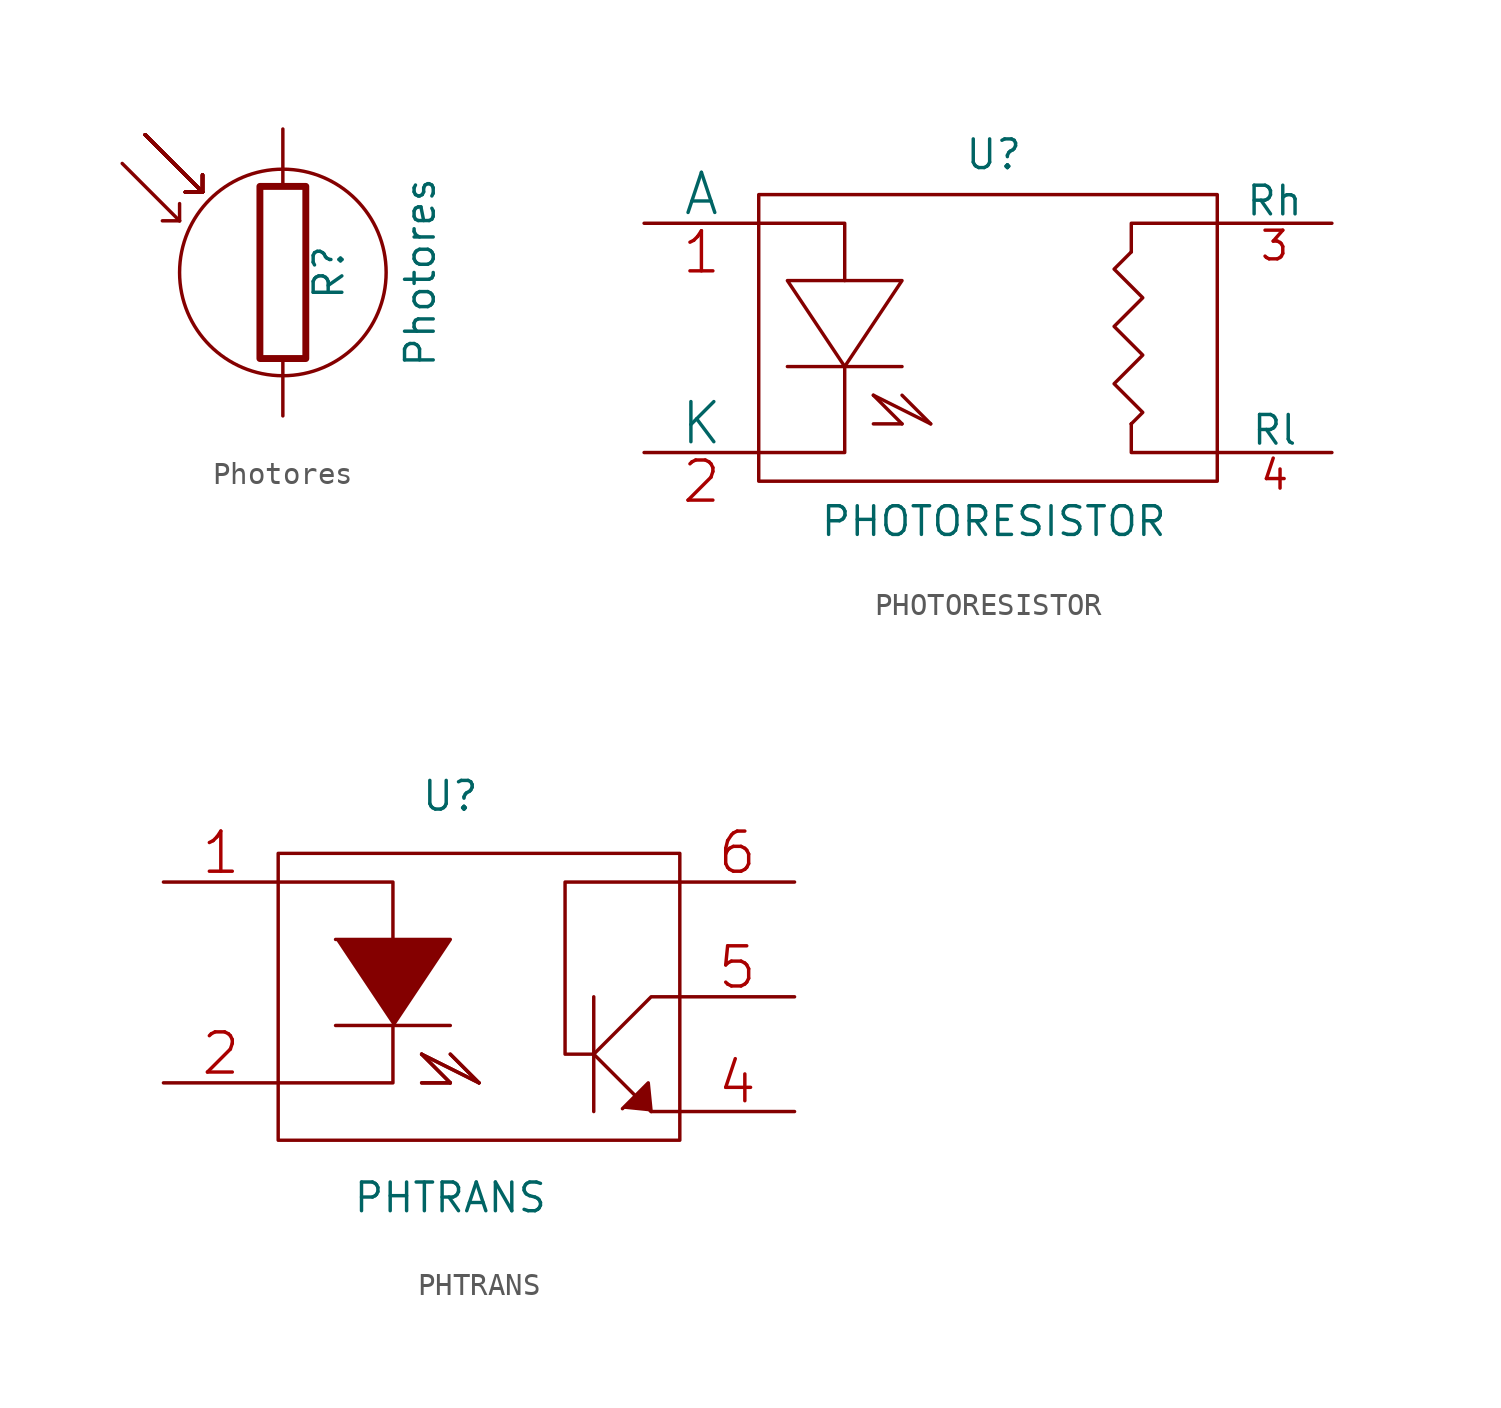
<source format=kicad_sym>
(kicad_symbol_lib
  (version 20211014)
  (generator kicad_symbol_editor)
  (symbol "Photores"
    (pin_numbers hide)
    (pin_names
      (offset 0))
    (property "Reference" "R"
      (at 2.032 0 90)
      (effects (font (size 1.27 1.27))))
    (property "Value" "Photores"
      (at 5.334 0 90)
      (effects (font (size 1.27 1.27)) (justify top)))
    (property "Footprint" ""
      (at -1.778 0 90)
      (effects (font (size 0.762 0.762))))
    (property "Datasheet" ""
      (at 0 0 0)
      (effects (font (size 0.762 0.762))))
    (symbol "Photores_0_1"
      (rectangle (start -1.016 3.81) (end 1.016 -3.81) (stroke (width 0.305) (type default) (color 0 0 0 0)) (fill (type none)))
      (polyline (pts (xy -4.572 2.286) (xy -7.112 4.826)) (stroke (width 0) (type default) (color 0 0 0 0)) (fill (type none)))
      (polyline (pts (xy -4.572 2.286) (xy -5.334 2.286)) (stroke (width 0) (type default) (color 0 0 0 0)) (fill (type none)))
      (polyline (pts (xy -4.572 2.286) (xy -4.572 3.048)) (stroke (width 0) (type default) (color 0 0 0 0)) (fill (type none)))
      (polyline (pts (xy -3.556 3.556) (xy -6.096 6.096)) (stroke (width 0) (type default) (color 0 0 0 0)) (fill (type none)))
      (polyline (pts (xy -3.556 3.556) (xy -6.096 6.096)) (stroke (width 0) (type default) (color 0 0 0 0)) (fill (type none)))
      (polyline (pts (xy -3.556 3.556) (xy -6.096 6.096)) (stroke (width 0) (type default) (color 0 0 0 0)) (fill (type none)))
      (polyline (pts (xy -3.556 3.556) (xy -6.096 6.096)) (stroke (width 0) (type default) (color 0 0 0 0)) (fill (type none)))
      (polyline (pts (xy -3.556 3.556) (xy -6.096 6.096)) (stroke (width 0) (type default) (color 0 0 0 0)) (fill (type none)))
      (polyline (pts (xy -3.556 3.556) (xy -6.096 6.096)) (stroke (width 0) (type default) (color 0 0 0 0)) (fill (type none)))
      (polyline (pts (xy -3.556 3.556) (xy -6.096 6.096)) (stroke (width 0) (type default) (color 0 0 0 0)) (fill (type none)))
      (polyline (pts (xy -3.556 3.556) (xy -6.096 6.096)) (stroke (width 0) (type default) (color 0 0 0 0)) (fill (type none)))
      (polyline (pts (xy -3.556 3.556) (xy -4.318 3.556)) (stroke (width 0) (type default) (color 0 0 0 0)) (fill (type none)))
      (polyline (pts (xy -3.556 3.556) (xy -4.318 3.556)) (stroke (width 0) (type default) (color 0 0 0 0)) (fill (type none)))
      (polyline (pts (xy -3.556 3.556) (xy -4.318 3.556)) (stroke (width 0) (type default) (color 0 0 0 0)) (fill (type none)))
      (polyline (pts (xy -3.556 3.556) (xy -4.318 3.556)) (stroke (width 0) (type default) (color 0 0 0 0)) (fill (type none)))
      (polyline (pts (xy -3.556 3.556) (xy -4.318 3.556)) (stroke (width 0) (type default) (color 0 0 0 0)) (fill (type none)))
      (polyline (pts (xy -3.556 3.556) (xy -4.318 3.556)) (stroke (width 0) (type default) (color 0 0 0 0)) (fill (type none)))
      (polyline (pts (xy -3.556 3.556) (xy -4.318 3.556)) (stroke (width 0) (type default) (color 0 0 0 0)) (fill (type none)))
      (polyline (pts (xy -3.556 3.556) (xy -4.318 3.556)) (stroke (width 0) (type default) (color 0 0 0 0)) (fill (type none)))
      (polyline (pts (xy -3.556 3.556) (xy -3.556 4.318)) (stroke (width 0) (type default) (color 0 0 0 0)) (fill (type none)))
      (polyline (pts (xy -3.556 3.556) (xy -3.556 4.318)) (stroke (width 0) (type default) (color 0 0 0 0)) (fill (type none)))
      (polyline (pts (xy -3.556 3.556) (xy -3.556 4.318)) (stroke (width 0) (type default) (color 0 0 0 0)) (fill (type none)))
      (polyline (pts (xy -3.556 3.556) (xy -3.556 4.318)) (stroke (width 0) (type default) (color 0 0 0 0)) (fill (type none)))
      (polyline (pts (xy -3.556 3.556) (xy -3.556 4.318)) (stroke (width 0) (type default) (color 0 0 0 0)) (fill (type none)))
      (polyline (pts (xy -3.556 3.556) (xy -3.556 4.318)) (stroke (width 0) (type default) (color 0 0 0 0)) (fill (type none)))
      (polyline (pts (xy -3.556 3.556) (xy -3.556 4.318)) (stroke (width 0) (type default) (color 0 0 0 0)) (fill (type none)))
      (polyline (pts (xy -3.556 3.556) (xy -3.556 4.318)) (stroke (width 0) (type default) (color 0 0 0 0)) (fill (type none)))
      (circle (center 0 0) (radius 4.572) (stroke (width 0) (type default) (color 0 0 0 0)) (fill (type none))))
    (symbol "Photores_1_1"
      (pin passive line (at 0 6.35 270) (length 2.54) (name "~" (effects (font (size 1.524 1.524)))) (number "1" (effects (font (size 1.524 1.524)))))
      (pin passive line (at 0 -6.35 90) (length 2.54) (name "~" (effects (font (size 1.524 1.524)))) (number "2" (effects (font (size 1.524 1.524)))))))
  (symbol "PHOTORESISTOR"
    (pin_names
      (offset 0))
    (property "Reference" "U"
      (at 0.254 8.128 0)
      (effects (font (size 1.27 1.27))))
    (property "Value" "PHOTORESISTOR"
      (at 0.254 -8.128 0)
      (effects (font (size 1.27 1.27))))
    (property "Footprint" ""
      (at 0 0 0)
      (effects (font (size 1.524 1.524))))
    (property "Datasheet" ""
      (at 0 0 0)
      (effects (font (size 1.524 1.524))))
    (symbol "PHOTORESISTOR_0_0"
      (polyline (pts (xy -8.89 -1.27) (xy -3.81 -1.27)) (stroke (width 0) (type default) (color 0 0 0 0)) (fill (type none)))
      (polyline (pts (xy -5.08 -2.54) (xy -3.81 -3.81)) (stroke (width 0) (type default) (color 0 0 0 0)) (fill (type none)))
      (polyline (pts (xy -5.08 -2.54) (xy -2.54 -3.81)) (stroke (width 0) (type default) (color 0 0 0 0)) (fill (type none)))
      (polyline (pts (xy -3.81 -3.81) (xy -3.81 -3.81) (xy -5.08 -3.81)) (stroke (width 0) (type default) (color 0 0 0 0)) (fill (type none)))
      (polyline (pts (xy -3.81 -2.54) (xy -2.54 -3.81) (xy -3.81 -2.54)) (stroke (width 0) (type default) (color 0 0 0 0)) (fill (type none)))
      (polyline (pts (xy -8.89 2.54) (xy -3.81 2.54) (xy -6.35 -1.27) (xy -8.89 2.54)) (stroke (width 0) (type default) (color 0 0 0 0)) (fill (type none))))
    (symbol "PHOTORESISTOR_0_1"
      (rectangle (start -10.16 6.35) (end 10.16 -6.35) (stroke (width 0) (type default) (color 0 0 0 0)) (fill (type none)))
      (polyline (pts (xy 6.35 -3.81) (xy 6.35 -3.81)) (stroke (width 0) (type default) (color 0 0 0 0)) (fill (type none)))
      (polyline (pts (xy -10.16 -5.08) (xy -6.35 -5.08) (xy -6.35 -1.27)) (stroke (width 0) (type default) (color 0 0 0 0)) (fill (type none)))
      (polyline (pts (xy -10.16 5.08) (xy -6.35 5.08) (xy -6.35 2.54)) (stroke (width 0) (type default) (color 0 0 0 0)) (fill (type none)))
      (polyline (pts (xy 10.16 -5.08) (xy 6.35 -5.08) (xy 6.35 -3.81) (xy 6.35 -3.81)) (stroke (width 0) (type default) (color 0 0 0 0)) (fill (type none)))
      (polyline (pts (xy 10.16 5.08) (xy 6.35 5.08) (xy 6.35 3.81) (xy 6.35 3.81) (xy 6.35 3.81)) (stroke (width 0) (type default) (color 0 0 0 0)) (fill (type none)))
      (polyline (pts (xy 6.35 3.81) (xy 5.588 3.048) (xy 6.858 1.778) (xy 5.588 0.508) (xy 6.858 -0.762) (xy 5.588 -2.032) (xy 6.858 -3.302) (xy 6.35 -3.81) (xy 6.35 -3.81) (xy 6.35 -3.81)) (stroke (width 0) (type default) (color 0 0 0 0)) (fill (type none))))
    (symbol "PHOTORESISTOR_1_1"
      (pin input line (at -15.24 5.08 0) (length 5.08) (name "A" (effects (font (size 1.778 1.778)))) (number "1" (effects (font (size 1.778 1.778)))))
      (pin input line (at -15.24 -5.08 0) (length 5.08) (name "K" (effects (font (size 1.778 1.778)))) (number "2" (effects (font (size 1.778 1.778)))))
      (pin passive line (at 15.24 5.08 180) (length 5.08) (name "Rh" (effects (font (size 1.27 1.27)))) (number "3" (effects (font (size 1.27 1.27)))))
      (pin passive line (at 15.24 -5.08 180) (length 5.08) (name "Rl" (effects (font (size 1.27 1.27)))) (number "4" (effects (font (size 1.27 1.27)))))))
  (symbol "PHTRANS"
    (pin_names
      (offset 0.254))
    (property "Reference" "U"
      (at -1.27 8.89 0)
      (effects (font (size 1.27 1.27))))
    (property "Value" "PHTRANS"
      (at -1.27 -8.89 0)
      (effects (font (size 1.27 1.27))))
    (property "Footprint" ""
      (at 0 0 0)
      (effects (font (size 1.524 1.524))))
    (property "Datasheet" ""
      (at 0 0 0)
      (effects (font (size 1.524 1.524))))
    (symbol "PHTRANS_0_0"
      (polyline (pts (xy -6.35 -1.27) (xy -1.27 -1.27)) (stroke (width 0) (type default) (color 0 0 0 0)) (fill (type none)))
      (polyline (pts (xy -2.54 -2.54) (xy -1.27 -3.81)) (stroke (width 0) (type default) (color 0 0 0 0)) (fill (type none)))
      (polyline (pts (xy -2.54 -2.54) (xy -1.27 -3.81)) (stroke (width 0) (type default) (color 0 0 0 0)) (fill (type none)))
      (polyline (pts (xy -2.54 -2.54) (xy 0 -3.81)) (stroke (width 0) (type default) (color 0 0 0 0)) (fill (type none)))
      (polyline (pts (xy -2.54 -2.54) (xy 0 -3.81)) (stroke (width 0) (type default) (color 0 0 0 0)) (fill (type none)))
      (polyline (pts (xy -1.27 -3.81) (xy -1.27 -3.81) (xy -2.54 -3.81)) (stroke (width 0) (type default) (color 0 0 0 0)) (fill (type none)))
      (polyline (pts (xy -1.27 -3.81) (xy -1.27 -3.81) (xy -2.54 -3.81)) (stroke (width 0) (type default) (color 0 0 0 0)) (fill (type none)))
      (polyline (pts (xy -1.27 -2.54) (xy 0 -3.81) (xy -1.27 -2.54)) (stroke (width 0) (type default) (color 0 0 0 0)) (fill (type none)))
      (polyline (pts (xy -1.27 -2.54) (xy 0 -3.81) (xy -1.27 -2.54)) (stroke (width 0) (type default) (color 0 0 0 0)) (fill (type none))))
    (symbol "PHTRANS_0_1"
      (polyline (pts (xy 5.08 0) (xy 5.08 -5.08)) (stroke (width 0) (type default) (color 0 0 0 0)) (fill (type none)))
      (polyline (pts (xy -8.89 5.08) (xy -3.81 5.08) (xy -3.81 2.54)) (stroke (width 0) (type default) (color 0 0 0 0)) (fill (type none)))
      (polyline (pts (xy -6.35 2.54) (xy -1.27 2.54) (xy -3.81 -1.27)) (stroke (width 0) (type default) (color 0 0 0 0)) (fill (type outline)))
      (polyline (pts (xy -3.81 -1.27) (xy -3.81 -3.81) (xy -8.89 -3.81)) (stroke (width 0) (type default) (color 0 0 0 0)) (fill (type none)))
      (polyline (pts (xy 5.08 -2.54) (xy 7.62 -5.08) (xy 8.89 -5.08)) (stroke (width 0) (type default) (color 0 0 0 0)) (fill (type none)))
      (polyline (pts (xy 5.08 -2.54) (xy 7.62 0) (xy 8.89 0)) (stroke (width 0) (type default) (color 0 0 0 0)) (fill (type none)))
      (polyline (pts (xy 7.62 -5.08) (xy 7.493 -3.81) (xy 6.35 -4.953)) (stroke (width 0) (type default) (color 0 0 0 0)) (fill (type outline)))
      (polyline (pts (xy 5.08 -2.54) (xy 3.81 -2.54) (xy 3.81 5.08) (xy 8.89 5.08)) (stroke (width 0) (type default) (color 0 0 0 0)) (fill (type none)))
      (rectangle (start 8.89 -6.35) (end -8.89 6.35) (stroke (width 0) (type default) (color 0 0 0 0)) (fill (type none))))
    (symbol "PHTRANS_1_1"
      (pin input line (at -13.97 5.08 0) (length 5.08) (name "~" (effects (font (size 1.778 1.778)))) (number "1" (effects (font (size 1.778 1.778)))))
      (pin input line (at -13.97 -3.81 0) (length 5.08) (name "~" (effects (font (size 1.778 1.778)))) (number "2" (effects (font (size 1.778 1.778)))))
      (pin input line (at 13.97 -5.08 180) (length 5.08) (name "~" (effects (font (size 1.778 1.778)))) (number "4" (effects (font (size 1.778 1.778)))))
      (pin input line (at 13.97 0 180) (length 5.08) (name "~" (effects (font (size 1.778 1.778)))) (number "5" (effects (font (size 1.778 1.778)))))
      (pin input line (at 13.97 5.08 180) (length 5.08) (name "~" (effects (font (size 1.778 1.778)))) (number "6" (effects (font (size 1.778 1.778))))))))
</source>
